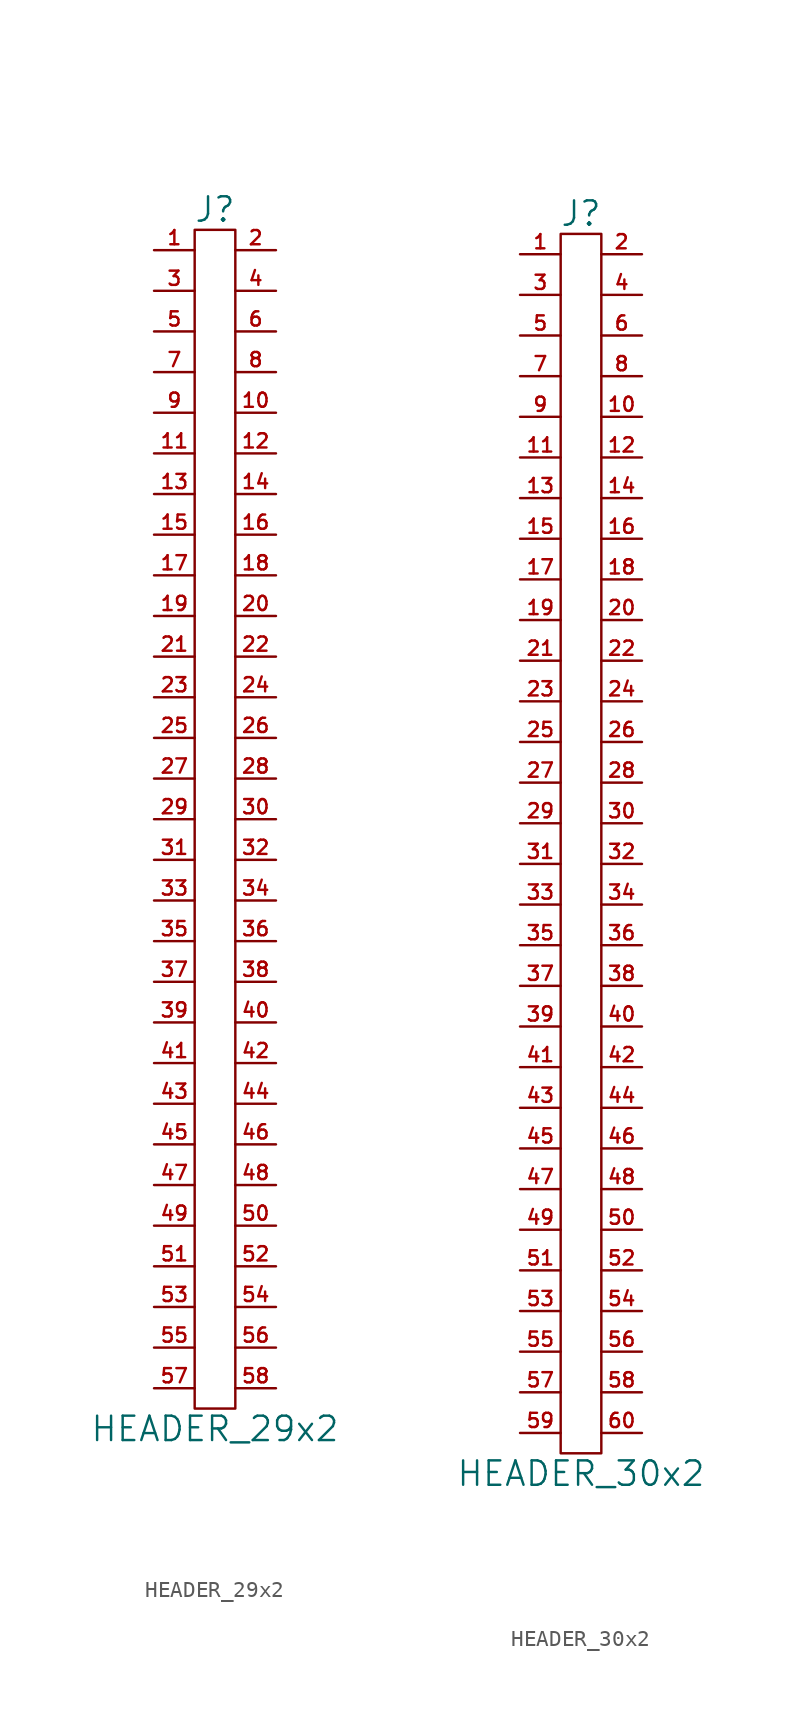
<source format=kicad_sym>
(kicad_symbol_lib
  (version 20220914)
  (generator kicad_symbol_editor)
  (symbol "HEADER_29x2"
    (pin_names
      (offset 0))
    (property "Reference" "J"
      (at 0 38.1 0)
      (effects (font (size 1.524 1.524))))
    (property "Value" "HEADER_29x2"
      (at 0 -38.1 0)
      (effects (font (size 1.524 1.524))))
    (property "Footprint" ""
      (at 0 -1.27 0)
      (effects (font (size 1.524 1.524))))
    (property "Datasheet" ""
      (at 0 0 0)
      (effects (font (size 1.524 1.524))))
    (symbol "HEADER_29x2_0_1"
      (rectangle (start 1.27 -36.83) (end -1.27 36.83) (stroke (width 0) (type solid)) (fill (type none))))
    (symbol "HEADER_29x2_1_1"
      (pin passive line (at -3.81 35.56 0) (length 2.54) (name "~" (effects (font (size 1.27 1.27)))) (number "1" (effects (font (size 0.889 0.889)))))
      (pin passive line (at 3.81 25.4 180) (length 2.54) (name "~" (effects (font (size 1.27 1.27)))) (number "10" (effects (font (size 0.889 0.889)))))
      (pin passive line (at -3.81 22.86 0) (length 2.54) (name "~" (effects (font (size 1.27 1.27)))) (number "11" (effects (font (size 0.889 0.889)))))
      (pin passive line (at 3.81 22.86 180) (length 2.54) (name "~" (effects (font (size 1.27 1.27)))) (number "12" (effects (font (size 0.889 0.889)))))
      (pin passive line (at -3.81 20.32 0) (length 2.54) (name "~" (effects (font (size 1.27 1.27)))) (number "13" (effects (font (size 0.889 0.889)))))
      (pin passive line (at 3.81 20.32 180) (length 2.54) (name "~" (effects (font (size 1.27 1.27)))) (number "14" (effects (font (size 0.889 0.889)))))
      (pin passive line (at -3.81 17.78 0) (length 2.54) (name "~" (effects (font (size 1.27 1.27)))) (number "15" (effects (font (size 0.889 0.889)))))
      (pin passive line (at 3.81 17.78 180) (length 2.54) (name "~" (effects (font (size 1.27 1.27)))) (number "16" (effects (font (size 0.889 0.889)))))
      (pin passive line (at -3.81 15.24 0) (length 2.54) (name "~" (effects (font (size 1.27 1.27)))) (number "17" (effects (font (size 0.889 0.889)))))
      (pin passive line (at 3.81 15.24 180) (length 2.54) (name "~" (effects (font (size 1.27 1.27)))) (number "18" (effects (font (size 0.889 0.889)))))
      (pin passive line (at -3.81 12.7 0) (length 2.54) (name "~" (effects (font (size 1.27 1.27)))) (number "19" (effects (font (size 0.889 0.889)))))
      (pin passive line (at 3.81 35.56 180) (length 2.54) (name "~" (effects (font (size 1.27 1.27)))) (number "2" (effects (font (size 0.889 0.889)))))
      (pin passive line (at 3.81 12.7 180) (length 2.54) (name "~" (effects (font (size 1.27 1.27)))) (number "20" (effects (font (size 0.889 0.889)))))
      (pin passive line (at -3.81 10.16 0) (length 2.54) (name "~" (effects (font (size 1.27 1.27)))) (number "21" (effects (font (size 0.889 0.889)))))
      (pin passive line (at 3.81 10.16 180) (length 2.54) (name "~" (effects (font (size 1.27 1.27)))) (number "22" (effects (font (size 0.889 0.889)))))
      (pin passive line (at -3.81 7.62 0) (length 2.54) (name "~" (effects (font (size 1.27 1.27)))) (number "23" (effects (font (size 0.889 0.889)))))
      (pin passive line (at 3.81 7.62 180) (length 2.54) (name "~" (effects (font (size 1.27 1.27)))) (number "24" (effects (font (size 0.889 0.889)))))
      (pin passive line (at -3.81 5.08 0) (length 2.54) (name "~" (effects (font (size 1.27 1.27)))) (number "25" (effects (font (size 0.889 0.889)))))
      (pin passive line (at 3.81 5.08 180) (length 2.54) (name "~" (effects (font (size 1.27 1.27)))) (number "26" (effects (font (size 0.889 0.889)))))
      (pin passive line (at -3.81 2.54 0) (length 2.54) (name "~" (effects (font (size 1.27 1.27)))) (number "27" (effects (font (size 0.889 0.889)))))
      (pin passive line (at 3.81 2.54 180) (length 2.54) (name "~" (effects (font (size 1.27 1.27)))) (number "28" (effects (font (size 0.889 0.889)))))
      (pin passive line (at -3.81 0 0) (length 2.54) (name "~" (effects (font (size 1.27 1.27)))) (number "29" (effects (font (size 0.889 0.889)))))
      (pin passive line (at -3.81 33.02 0) (length 2.54) (name "~" (effects (font (size 1.27 1.27)))) (number "3" (effects (font (size 0.889 0.889)))))
      (pin passive line (at 3.81 0 180) (length 2.54) (name "~" (effects (font (size 1.27 1.27)))) (number "30" (effects (font (size 0.889 0.889)))))
      (pin passive line (at -3.81 -2.54 0) (length 2.54) (name "~" (effects (font (size 1.27 1.27)))) (number "31" (effects (font (size 0.889 0.889)))))
      (pin passive line (at 3.81 -2.54 180) (length 2.54) (name "~" (effects (font (size 1.27 1.27)))) (number "32" (effects (font (size 0.889 0.889)))))
      (pin passive line (at -3.81 -5.08 0) (length 2.54) (name "~" (effects (font (size 1.27 1.27)))) (number "33" (effects (font (size 0.889 0.889)))))
      (pin passive line (at 3.81 -5.08 180) (length 2.54) (name "~" (effects (font (size 1.27 1.27)))) (number "34" (effects (font (size 0.889 0.889)))))
      (pin passive line (at -3.81 -7.62 0) (length 2.54) (name "~" (effects (font (size 1.27 1.27)))) (number "35" (effects (font (size 0.889 0.889)))))
      (pin passive line (at 3.81 -7.62 180) (length 2.54) (name "~" (effects (font (size 1.27 1.27)))) (number "36" (effects (font (size 0.889 0.889)))))
      (pin passive line (at -3.81 -10.16 0) (length 2.54) (name "~" (effects (font (size 0.889 0.889)))) (number "37" (effects (font (size 0.889 0.889)))))
      (pin passive line (at 3.81 -10.16 180) (length 2.54) (name "~" (effects (font (size 1.27 1.27)))) (number "38" (effects (font (size 0.889 0.889)))))
      (pin passive line (at -3.81 -12.7 0) (length 2.54) (name "~" (effects (font (size 1.27 1.27)))) (number "39" (effects (font (size 0.889 0.889)))))
      (pin passive line (at 3.81 33.02 180) (length 2.54) (name "~" (effects (font (size 1.27 1.27)))) (number "4" (effects (font (size 0.889 0.889)))))
      (pin passive line (at 3.81 -12.7 180) (length 2.54) (name "~" (effects (font (size 1.27 1.27)))) (number "40" (effects (font (size 0.889 0.889)))))
      (pin passive line (at -3.81 -15.24 0) (length 2.54) (name "~" (effects (font (size 1.27 1.27)))) (number "41" (effects (font (size 0.889 0.889)))))
      (pin passive line (at 3.81 -15.24 180) (length 2.54) (name "~" (effects (font (size 1.27 1.27)))) (number "42" (effects (font (size 0.889 0.889)))))
      (pin passive line (at -3.81 -17.78 0) (length 2.54) (name "~" (effects (font (size 1.27 1.27)))) (number "43" (effects (font (size 0.889 0.889)))))
      (pin passive line (at 3.81 -17.78 180) (length 2.54) (name "~" (effects (font (size 1.27 1.27)))) (number "44" (effects (font (size 0.889 0.889)))))
      (pin passive line (at -3.81 -20.32 0) (length 2.54) (name "~" (effects (font (size 1.27 1.27)))) (number "45" (effects (font (size 0.889 0.889)))))
      (pin passive line (at 3.81 -20.32 180) (length 2.54) (name "~" (effects (font (size 1.27 1.27)))) (number "46" (effects (font (size 0.889 0.889)))))
      (pin passive line (at -3.81 -22.86 0) (length 2.54) (name "~" (effects (font (size 1.27 1.27)))) (number "47" (effects (font (size 0.889 0.889)))))
      (pin passive line (at 3.81 -22.86 180) (length 2.54) (name "~" (effects (font (size 1.27 1.27)))) (number "48" (effects (font (size 0.889 0.889)))))
      (pin passive line (at -3.81 -25.4 0) (length 2.54) (name "~" (effects (font (size 1.27 1.27)))) (number "49" (effects (font (size 0.889 0.889)))))
      (pin passive line (at -3.81 30.48 0) (length 2.54) (name "~" (effects (font (size 1.27 1.27)))) (number "5" (effects (font (size 0.889 0.889)))))
      (pin passive line (at 3.81 -25.4 180) (length 2.54) (name "~" (effects (font (size 1.27 1.27)))) (number "50" (effects (font (size 0.889 0.889)))))
      (pin passive line (at -3.81 -27.94 0) (length 2.54) (name "~" (effects (font (size 1.27 1.27)))) (number "51" (effects (font (size 0.889 0.889)))))
      (pin passive line (at 3.81 -27.94 180) (length 2.54) (name "~" (effects (font (size 1.27 1.27)))) (number "52" (effects (font (size 0.889 0.889)))))
      (pin passive line (at -3.81 -30.48 0) (length 2.54) (name "~" (effects (font (size 1.27 1.27)))) (number "53" (effects (font (size 0.889 0.889)))))
      (pin passive line (at 3.81 -30.48 180) (length 2.54) (name "~" (effects (font (size 1.27 1.27)))) (number "54" (effects (font (size 0.889 0.889)))))
      (pin passive line (at -3.81 -33.02 0) (length 2.54) (name "~" (effects (font (size 1.27 1.27)))) (number "55" (effects (font (size 0.889 0.889)))))
      (pin passive line (at 3.81 -33.02 180) (length 2.54) (name "~" (effects (font (size 1.27 1.27)))) (number "56" (effects (font (size 0.889 0.889)))))
      (pin passive line (at -3.81 -35.56 0) (length 2.54) (name "~" (effects (font (size 1.27 1.27)))) (number "57" (effects (font (size 0.889 0.889)))))
      (pin passive line (at 3.81 -35.56 180) (length 2.54) (name "~" (effects (font (size 1.27 1.27)))) (number "58" (effects (font (size 0.889 0.889)))))
      (pin passive line (at 3.81 30.48 180) (length 2.54) (name "~" (effects (font (size 1.27 1.27)))) (number "6" (effects (font (size 0.889 0.889)))))
      (pin passive line (at -3.81 27.94 0) (length 2.54) (name "~" (effects (font (size 1.27 1.27)))) (number "7" (effects (font (size 0.889 0.889)))))
      (pin passive line (at 3.81 27.94 180) (length 2.54) (name "~" (effects (font (size 1.27 1.27)))) (number "8" (effects (font (size 0.889 0.889)))))
      (pin passive line (at -3.81 25.4 0) (length 2.54) (name "~" (effects (font (size 1.27 1.27)))) (number "9" (effects (font (size 0.889 0.889)))))))
  (symbol "HEADER_30x2"
    (pin_names
      (offset 0))
    (property "Reference" "J"
      (at 0 39.37 0)
      (effects (font (size 1.524 1.524))))
    (property "Value" "HEADER_30x2"
      (at 0 -39.37 0)
      (effects (font (size 1.524 1.524))))
    (property "Footprint" ""
      (at 0 0 0)
      (effects (font (size 1.524 1.524))))
    (property "Datasheet" ""
      (at 0 0 0)
      (effects (font (size 1.524 1.524))))
    (symbol "HEADER_30x2_0_1"
      (rectangle (start 1.27 -38.1) (end -1.27 38.1) (stroke (width 0) (type solid)) (fill (type none))))
    (symbol "HEADER_30x2_1_1"
      (pin passive line (at -3.81 36.83 0) (length 2.54) (name "~" (effects (font (size 1.27 1.27)))) (number "1" (effects (font (size 0.889 0.889)))))
      (pin passive line (at 3.81 26.67 180) (length 2.54) (name "~" (effects (font (size 1.27 1.27)))) (number "10" (effects (font (size 0.889 0.889)))))
      (pin passive line (at -3.81 24.13 0) (length 2.54) (name "~" (effects (font (size 1.27 1.27)))) (number "11" (effects (font (size 0.889 0.889)))))
      (pin passive line (at 3.81 24.13 180) (length 2.54) (name "~" (effects (font (size 1.27 1.27)))) (number "12" (effects (font (size 0.889 0.889)))))
      (pin passive line (at -3.81 21.59 0) (length 2.54) (name "~" (effects (font (size 1.27 1.27)))) (number "13" (effects (font (size 0.889 0.889)))))
      (pin passive line (at 3.81 21.59 180) (length 2.54) (name "~" (effects (font (size 1.27 1.27)))) (number "14" (effects (font (size 0.889 0.889)))))
      (pin passive line (at -3.81 19.05 0) (length 2.54) (name "~" (effects (font (size 1.27 1.27)))) (number "15" (effects (font (size 0.889 0.889)))))
      (pin passive line (at 3.81 19.05 180) (length 2.54) (name "~" (effects (font (size 1.27 1.27)))) (number "16" (effects (font (size 0.889 0.889)))))
      (pin passive line (at -3.81 16.51 0) (length 2.54) (name "~" (effects (font (size 1.27 1.27)))) (number "17" (effects (font (size 0.889 0.889)))))
      (pin passive line (at 3.81 16.51 180) (length 2.54) (name "~" (effects (font (size 1.27 1.27)))) (number "18" (effects (font (size 0.889 0.889)))))
      (pin passive line (at -3.81 13.97 0) (length 2.54) (name "~" (effects (font (size 1.27 1.27)))) (number "19" (effects (font (size 0.889 0.889)))))
      (pin passive line (at 3.81 36.83 180) (length 2.54) (name "~" (effects (font (size 1.27 1.27)))) (number "2" (effects (font (size 0.889 0.889)))))
      (pin passive line (at 3.81 13.97 180) (length 2.54) (name "~" (effects (font (size 1.27 1.27)))) (number "20" (effects (font (size 0.889 0.889)))))
      (pin passive line (at -3.81 11.43 0) (length 2.54) (name "~" (effects (font (size 1.27 1.27)))) (number "21" (effects (font (size 0.889 0.889)))))
      (pin passive line (at 3.81 11.43 180) (length 2.54) (name "~" (effects (font (size 1.27 1.27)))) (number "22" (effects (font (size 0.889 0.889)))))
      (pin passive line (at -3.81 8.89 0) (length 2.54) (name "~" (effects (font (size 1.27 1.27)))) (number "23" (effects (font (size 0.889 0.889)))))
      (pin passive line (at 3.81 8.89 180) (length 2.54) (name "~" (effects (font (size 1.27 1.27)))) (number "24" (effects (font (size 0.889 0.889)))))
      (pin passive line (at -3.81 6.35 0) (length 2.54) (name "~" (effects (font (size 1.27 1.27)))) (number "25" (effects (font (size 0.889 0.889)))))
      (pin passive line (at 3.81 6.35 180) (length 2.54) (name "~" (effects (font (size 1.27 1.27)))) (number "26" (effects (font (size 0.889 0.889)))))
      (pin passive line (at -3.81 3.81 0) (length 2.54) (name "~" (effects (font (size 1.27 1.27)))) (number "27" (effects (font (size 0.889 0.889)))))
      (pin passive line (at 3.81 3.81 180) (length 2.54) (name "~" (effects (font (size 1.27 1.27)))) (number "28" (effects (font (size 0.889 0.889)))))
      (pin passive line (at -3.81 1.27 0) (length 2.54) (name "~" (effects (font (size 1.27 1.27)))) (number "29" (effects (font (size 0.889 0.889)))))
      (pin passive line (at -3.81 34.29 0) (length 2.54) (name "~" (effects (font (size 1.27 1.27)))) (number "3" (effects (font (size 0.889 0.889)))))
      (pin passive line (at 3.81 1.27 180) (length 2.54) (name "~" (effects (font (size 1.27 1.27)))) (number "30" (effects (font (size 0.889 0.889)))))
      (pin passive line (at -3.81 -1.27 0) (length 2.54) (name "~" (effects (font (size 1.27 1.27)))) (number "31" (effects (font (size 0.889 0.889)))))
      (pin passive line (at 3.81 -1.27 180) (length 2.54) (name "~" (effects (font (size 1.27 1.27)))) (number "32" (effects (font (size 0.889 0.889)))))
      (pin passive line (at -3.81 -3.81 0) (length 2.54) (name "~" (effects (font (size 1.27 1.27)))) (number "33" (effects (font (size 0.889 0.889)))))
      (pin passive line (at 3.81 -3.81 180) (length 2.54) (name "~" (effects (font (size 1.27 1.27)))) (number "34" (effects (font (size 0.889 0.889)))))
      (pin passive line (at -3.81 -6.35 0) (length 2.54) (name "~" (effects (font (size 1.27 1.27)))) (number "35" (effects (font (size 0.889 0.889)))))
      (pin passive line (at 3.81 -6.35 180) (length 2.54) (name "~" (effects (font (size 1.27 1.27)))) (number "36" (effects (font (size 0.889 0.889)))))
      (pin passive line (at -3.81 -8.89 0) (length 2.54) (name "~" (effects (font (size 0.889 0.889)))) (number "37" (effects (font (size 0.889 0.889)))))
      (pin passive line (at 3.81 -8.89 180) (length 2.54) (name "~" (effects (font (size 1.27 1.27)))) (number "38" (effects (font (size 0.889 0.889)))))
      (pin passive line (at -3.81 -11.43 0) (length 2.54) (name "~" (effects (font (size 1.27 1.27)))) (number "39" (effects (font (size 0.889 0.889)))))
      (pin passive line (at 3.81 34.29 180) (length 2.54) (name "~" (effects (font (size 1.27 1.27)))) (number "4" (effects (font (size 0.889 0.889)))))
      (pin passive line (at 3.81 -11.43 180) (length 2.54) (name "~" (effects (font (size 1.27 1.27)))) (number "40" (effects (font (size 0.889 0.889)))))
      (pin passive line (at -3.81 -13.97 0) (length 2.54) (name "~" (effects (font (size 1.27 1.27)))) (number "41" (effects (font (size 0.889 0.889)))))
      (pin passive line (at 3.81 -13.97 180) (length 2.54) (name "~" (effects (font (size 1.27 1.27)))) (number "42" (effects (font (size 0.889 0.889)))))
      (pin passive line (at -3.81 -16.51 0) (length 2.54) (name "~" (effects (font (size 1.27 1.27)))) (number "43" (effects (font (size 0.889 0.889)))))
      (pin passive line (at 3.81 -16.51 180) (length 2.54) (name "~" (effects (font (size 1.27 1.27)))) (number "44" (effects (font (size 0.889 0.889)))))
      (pin passive line (at -3.81 -19.05 0) (length 2.54) (name "~" (effects (font (size 1.27 1.27)))) (number "45" (effects (font (size 0.889 0.889)))))
      (pin passive line (at 3.81 -19.05 180) (length 2.54) (name "~" (effects (font (size 1.27 1.27)))) (number "46" (effects (font (size 0.889 0.889)))))
      (pin passive line (at -3.81 -21.59 0) (length 2.54) (name "~" (effects (font (size 1.27 1.27)))) (number "47" (effects (font (size 0.889 0.889)))))
      (pin passive line (at 3.81 -21.59 180) (length 2.54) (name "~" (effects (font (size 1.27 1.27)))) (number "48" (effects (font (size 0.889 0.889)))))
      (pin passive line (at -3.81 -24.13 0) (length 2.54) (name "~" (effects (font (size 1.27 1.27)))) (number "49" (effects (font (size 0.889 0.889)))))
      (pin passive line (at -3.81 31.75 0) (length 2.54) (name "~" (effects (font (size 1.27 1.27)))) (number "5" (effects (font (size 0.889 0.889)))))
      (pin passive line (at 3.81 -24.13 180) (length 2.54) (name "~" (effects (font (size 1.27 1.27)))) (number "50" (effects (font (size 0.889 0.889)))))
      (pin passive line (at -3.81 -26.67 0) (length 2.54) (name "~" (effects (font (size 1.27 1.27)))) (number "51" (effects (font (size 0.889 0.889)))))
      (pin passive line (at 3.81 -26.67 180) (length 2.54) (name "~" (effects (font (size 1.27 1.27)))) (number "52" (effects (font (size 0.889 0.889)))))
      (pin passive line (at -3.81 -29.21 0) (length 2.54) (name "~" (effects (font (size 1.27 1.27)))) (number "53" (effects (font (size 0.889 0.889)))))
      (pin passive line (at 3.81 -29.21 180) (length 2.54) (name "~" (effects (font (size 1.27 1.27)))) (number "54" (effects (font (size 0.889 0.889)))))
      (pin passive line (at -3.81 -31.75 0) (length 2.54) (name "~" (effects (font (size 1.27 1.27)))) (number "55" (effects (font (size 0.889 0.889)))))
      (pin passive line (at 3.81 -31.75 180) (length 2.54) (name "~" (effects (font (size 1.27 1.27)))) (number "56" (effects (font (size 0.889 0.889)))))
      (pin passive line (at -3.81 -34.29 0) (length 2.54) (name "~" (effects (font (size 1.27 1.27)))) (number "57" (effects (font (size 0.889 0.889)))))
      (pin passive line (at 3.81 -34.29 180) (length 2.54) (name "~" (effects (font (size 1.27 1.27)))) (number "58" (effects (font (size 0.889 0.889)))))
      (pin passive line (at -3.81 -36.83 0) (length 2.54) (name "~" (effects (font (size 1.27 1.27)))) (number "59" (effects (font (size 0.889 0.889)))))
      (pin passive line (at 3.81 31.75 180) (length 2.54) (name "~" (effects (font (size 1.27 1.27)))) (number "6" (effects (font (size 0.889 0.889)))))
      (pin passive line (at 3.81 -36.83 180) (length 2.54) (name "~" (effects (font (size 1.27 1.27)))) (number "60" (effects (font (size 0.889 0.889)))))
      (pin passive line (at -3.81 29.21 0) (length 2.54) (name "~" (effects (font (size 1.27 1.27)))) (number "7" (effects (font (size 0.889 0.889)))))
      (pin passive line (at 3.81 29.21 180) (length 2.54) (name "~" (effects (font (size 1.27 1.27)))) (number "8" (effects (font (size 0.889 0.889)))))
      (pin passive line (at -3.81 26.67 0) (length 2.54) (name "~" (effects (font (size 1.27 1.27)))) (number "9" (effects (font (size 0.889 0.889))))))))
</source>
